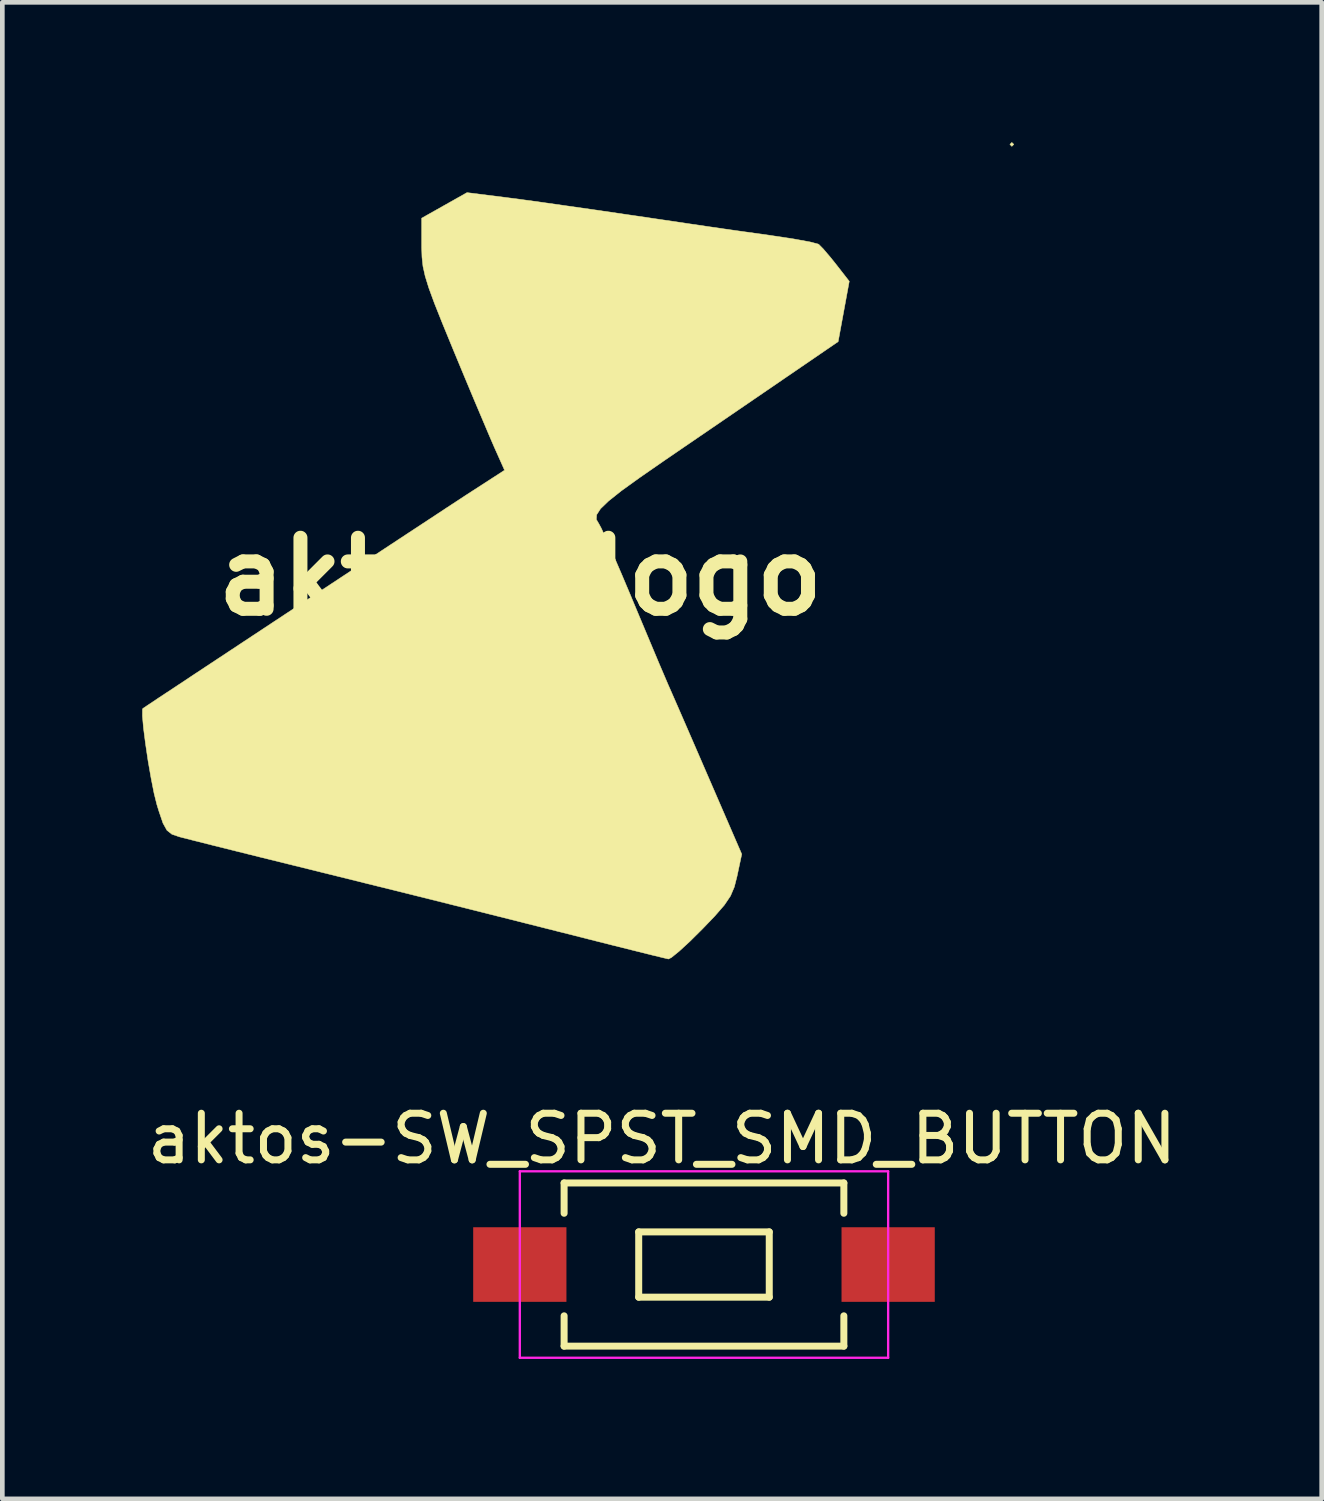
<source format=kicad_pcb>
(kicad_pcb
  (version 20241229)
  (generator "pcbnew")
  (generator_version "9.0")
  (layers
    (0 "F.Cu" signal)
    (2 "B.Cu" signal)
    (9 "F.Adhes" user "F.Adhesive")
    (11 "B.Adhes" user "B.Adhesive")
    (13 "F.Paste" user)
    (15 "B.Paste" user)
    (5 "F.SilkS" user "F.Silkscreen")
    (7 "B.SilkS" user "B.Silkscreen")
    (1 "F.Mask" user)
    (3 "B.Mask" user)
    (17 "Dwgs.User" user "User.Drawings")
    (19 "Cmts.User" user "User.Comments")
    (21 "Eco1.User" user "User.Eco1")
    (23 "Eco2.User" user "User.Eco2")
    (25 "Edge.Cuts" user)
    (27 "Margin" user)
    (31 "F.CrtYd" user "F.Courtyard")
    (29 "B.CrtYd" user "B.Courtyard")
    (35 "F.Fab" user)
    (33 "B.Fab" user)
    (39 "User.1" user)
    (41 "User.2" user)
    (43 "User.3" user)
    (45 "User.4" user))
  (footprint "aktos-logo"
    (layer "F.Cu")
    (at 8.111 9.318)
    (property "Reference" "aktos-logo" (at 0 0 0) (layer "F.SilkS") (effects (font (size 1.524 1.524) (thickness 0.3))))
    (attr through_hole)
    (fp_poly (pts (xy 10.583 -9.271) (xy 10.541 -9.229) (xy 10.499 -9.271) (xy 10.541 -9.313) (xy 10.583 -9.271)) (stroke (width 0.01) (type solid)) (fill yes) (layer "F.SilkS"))
    (fp_poly (pts (xy -0.34 -8.136) (xy -0.016 -8.094) (xy 0.437 -8.032) (xy 0.984 -7.954) (xy 1.587 -7.868) (xy 2.208 -7.777) (xy 2.455 -7.741) (xy 3.031 -7.656) (xy 3.563 -7.577) (xy 4.024 -7.509) (xy 4.388 -7.456) (xy 4.628 -7.422) (xy 4.699 -7.412) (xy 5.37 -7.318) (xy 5.875 -7.241) (xy 6.214 -7.179) (xy 6.386 -7.134) (xy 6.402 -7.125) (xy 6.495 -7.031) (xy 6.65 -6.849) (xy 6.768 -6.702) (xy 7.054 -6.335) (xy 6.816 -5.041) (xy 5.673 -4.259) (xy 5.22 -3.949) (xy 4.676 -3.577) (xy 4.09 -3.176) (xy 3.51 -2.78) (xy 3.072 -2.48) (xy 2.553 -2.12) (xy 2.163 -1.839) (xy 1.89 -1.621) (xy 1.719 -1.456) (xy 1.636 -1.328) (xy 1.629 -1.227) (xy 1.681 -1.139) (xy 1.735 -1.039) (xy 1.842 -0.808) (xy 1.991 -0.47) (xy 2.172 -0.051) (xy 2.373 0.425) (xy 2.407 0.508) (xy 2.615 1.004) (xy 2.807 1.462) (xy 2.971 1.853) (xy 3.097 2.148) (xy 3.17 2.319) (xy 3.174 2.328) (xy 3.241 2.48) (xy 3.364 2.761) (xy 3.53 3.142) (xy 3.728 3.598) (xy 3.946 4.101) (xy 4.018 4.267) (xy 4.748 5.952) (xy 4.647 6.426) (xy 4.589 6.655) (xy 4.507 6.848) (xy 4.375 7.044) (xy 4.168 7.282) (xy 3.905 7.556) (xy 3.637 7.822) (xy 3.406 8.034) (xy 3.242 8.167) (xy 3.177 8.201) (xy 3.075 8.177) (xy 2.831 8.118) (xy 2.467 8.027) (xy 2.006 7.912) (xy 1.468 7.776) (xy 0.877 7.626) (xy 0.847 7.619) (xy 0.171 7.448) (xy -0.623 7.248) (xy -1.492 7.03) (xy -2.388 6.806) (xy -3.268 6.588) (xy -4.085 6.385) (xy -4.208 6.355) (xy -4.886 6.187) (xy -5.522 6.03) (xy -6.096 5.887) (xy -6.585 5.765) (xy -6.969 5.668) (xy -7.224 5.603) (xy -7.317 5.579) (xy -7.474 5.525) (xy -7.58 5.441) (xy -7.665 5.288) (xy -7.754 5.026) (xy -7.796 4.89) (xy -7.857 4.645) (xy -7.921 4.32) (xy -7.985 3.953) (xy -8.04 3.583) (xy -8.083 3.25) (xy -8.106 2.991) (xy -8.105 2.845) (xy -8.098 2.828) (xy -7.986 2.753) (xy -7.751 2.596) (xy -7.408 2.37) (xy -6.977 2.084) (xy -6.473 1.751) (xy -5.915 1.382) (xy -5.32 0.989) (xy -4.704 0.582) (xy -4.086 0.175) (xy -3.483 -0.223) (xy -2.912 -0.6) (xy -2.391 -0.943) (xy -1.936 -1.242) (xy -1.566 -1.486) (xy -1.297 -1.662) (xy -1.165 -1.749) (xy -0.339 -2.283) (xy -0.557 -2.771) (xy -0.657 -3.002) (xy -0.807 -3.356) (xy -0.995 -3.8) (xy -1.204 -4.3) (xy -1.422 -4.825) (xy -1.445 -4.881) (xy -1.673 -5.436) (xy -1.843 -5.863) (xy -1.963 -6.19) (xy -2.042 -6.445) (xy -2.089 -6.656) (xy -2.11 -6.852) (xy -2.117 -7.059) (xy -2.117 -7.096) (xy -2.117 -7.689) (xy -1.631 -7.963) (xy -1.145 -8.237) (xy -0.34 -8.136)) (stroke (width 0.01) (type solid)) (fill yes) (layer "F.SilkS")))
  (footprint "aktos-SW_SPST_SMD_BUTTON"
    (layer "F.Cu")
    (at 12.049 24.072)
    (property "Reference" "aktos-SW_SPST_SMD_BUTTON" (at -0.9 -2.7 0) (layer "F.SilkS") (effects (font (size 1 1) (thickness 0.15))))
    (attr smd)
    (fp_line (start -3 -1.75) (end -3 -1.1) (stroke (width 0.15) (type solid)) (layer "F.SilkS"))
    (fp_line (start -3 1.1) (end -3 1.75) (stroke (width 0.15) (type solid)) (layer "F.SilkS"))
    (fp_line (start -3 1.75) (end 3 1.75) (stroke (width 0.15) (type solid)) (layer "F.SilkS"))
    (fp_line (start -1.4 -0.7) (end 1.4 -0.7) (stroke (width 0.15) (type solid)) (layer "F.SilkS"))
    (fp_line (start -1.4 0.7) (end -1.4 -0.7) (stroke (width 0.15) (type solid)) (layer "F.SilkS"))
    (fp_line (start 1.4 -0.7) (end 1.4 0.7) (stroke (width 0.15) (type solid)) (layer "F.SilkS"))
    (fp_line (start 1.4 0.7) (end -1.4 0.7) (stroke (width 0.15) (type solid)) (layer "F.SilkS"))
    (fp_line (start 3 -1.75) (end -3 -1.75) (stroke (width 0.15) (type solid)) (layer "F.SilkS"))
    (fp_line (start 3 -1.75) (end 3 -1.1) (stroke (width 0.15) (type solid)) (layer "F.SilkS"))
    (fp_line (start 3 1.75) (end 3 1.1) (stroke (width 0.15) (type solid)) (layer "F.SilkS"))
    (fp_line (start -3.95 -2) (end 3.95 -2) (stroke (width 0.05) (type solid)) (layer "F.CrtYd"))
    (fp_line (start -3.95 2) (end -3.95 -2) (stroke (width 0.05) (type solid)) (layer "F.CrtYd"))
    (fp_line (start 3.95 -2) (end 3.95 2) (stroke (width 0.05) (type solid)) (layer "F.CrtYd"))
    (fp_line (start 3.95 2) (end -3.95 2) (stroke (width 0.05) (type solid)) (layer "F.CrtYd"))
    (pad "1" smd rect (at -3.95 0) (size 2 1.6) (layers "F.Cu" "F.Mask" "F.Paste"))
    (pad "2" smd rect (at 3.95 0) (size 2 1.6) (layers "F.Cu" "F.Mask" "F.Paste")))
  (gr_rect
    (start -3 -3)
    (end 25.298 29.097)
    (stroke (width 0.1) (type default))
    (fill no)
    (layer "Edge.Cuts")))
</source>
